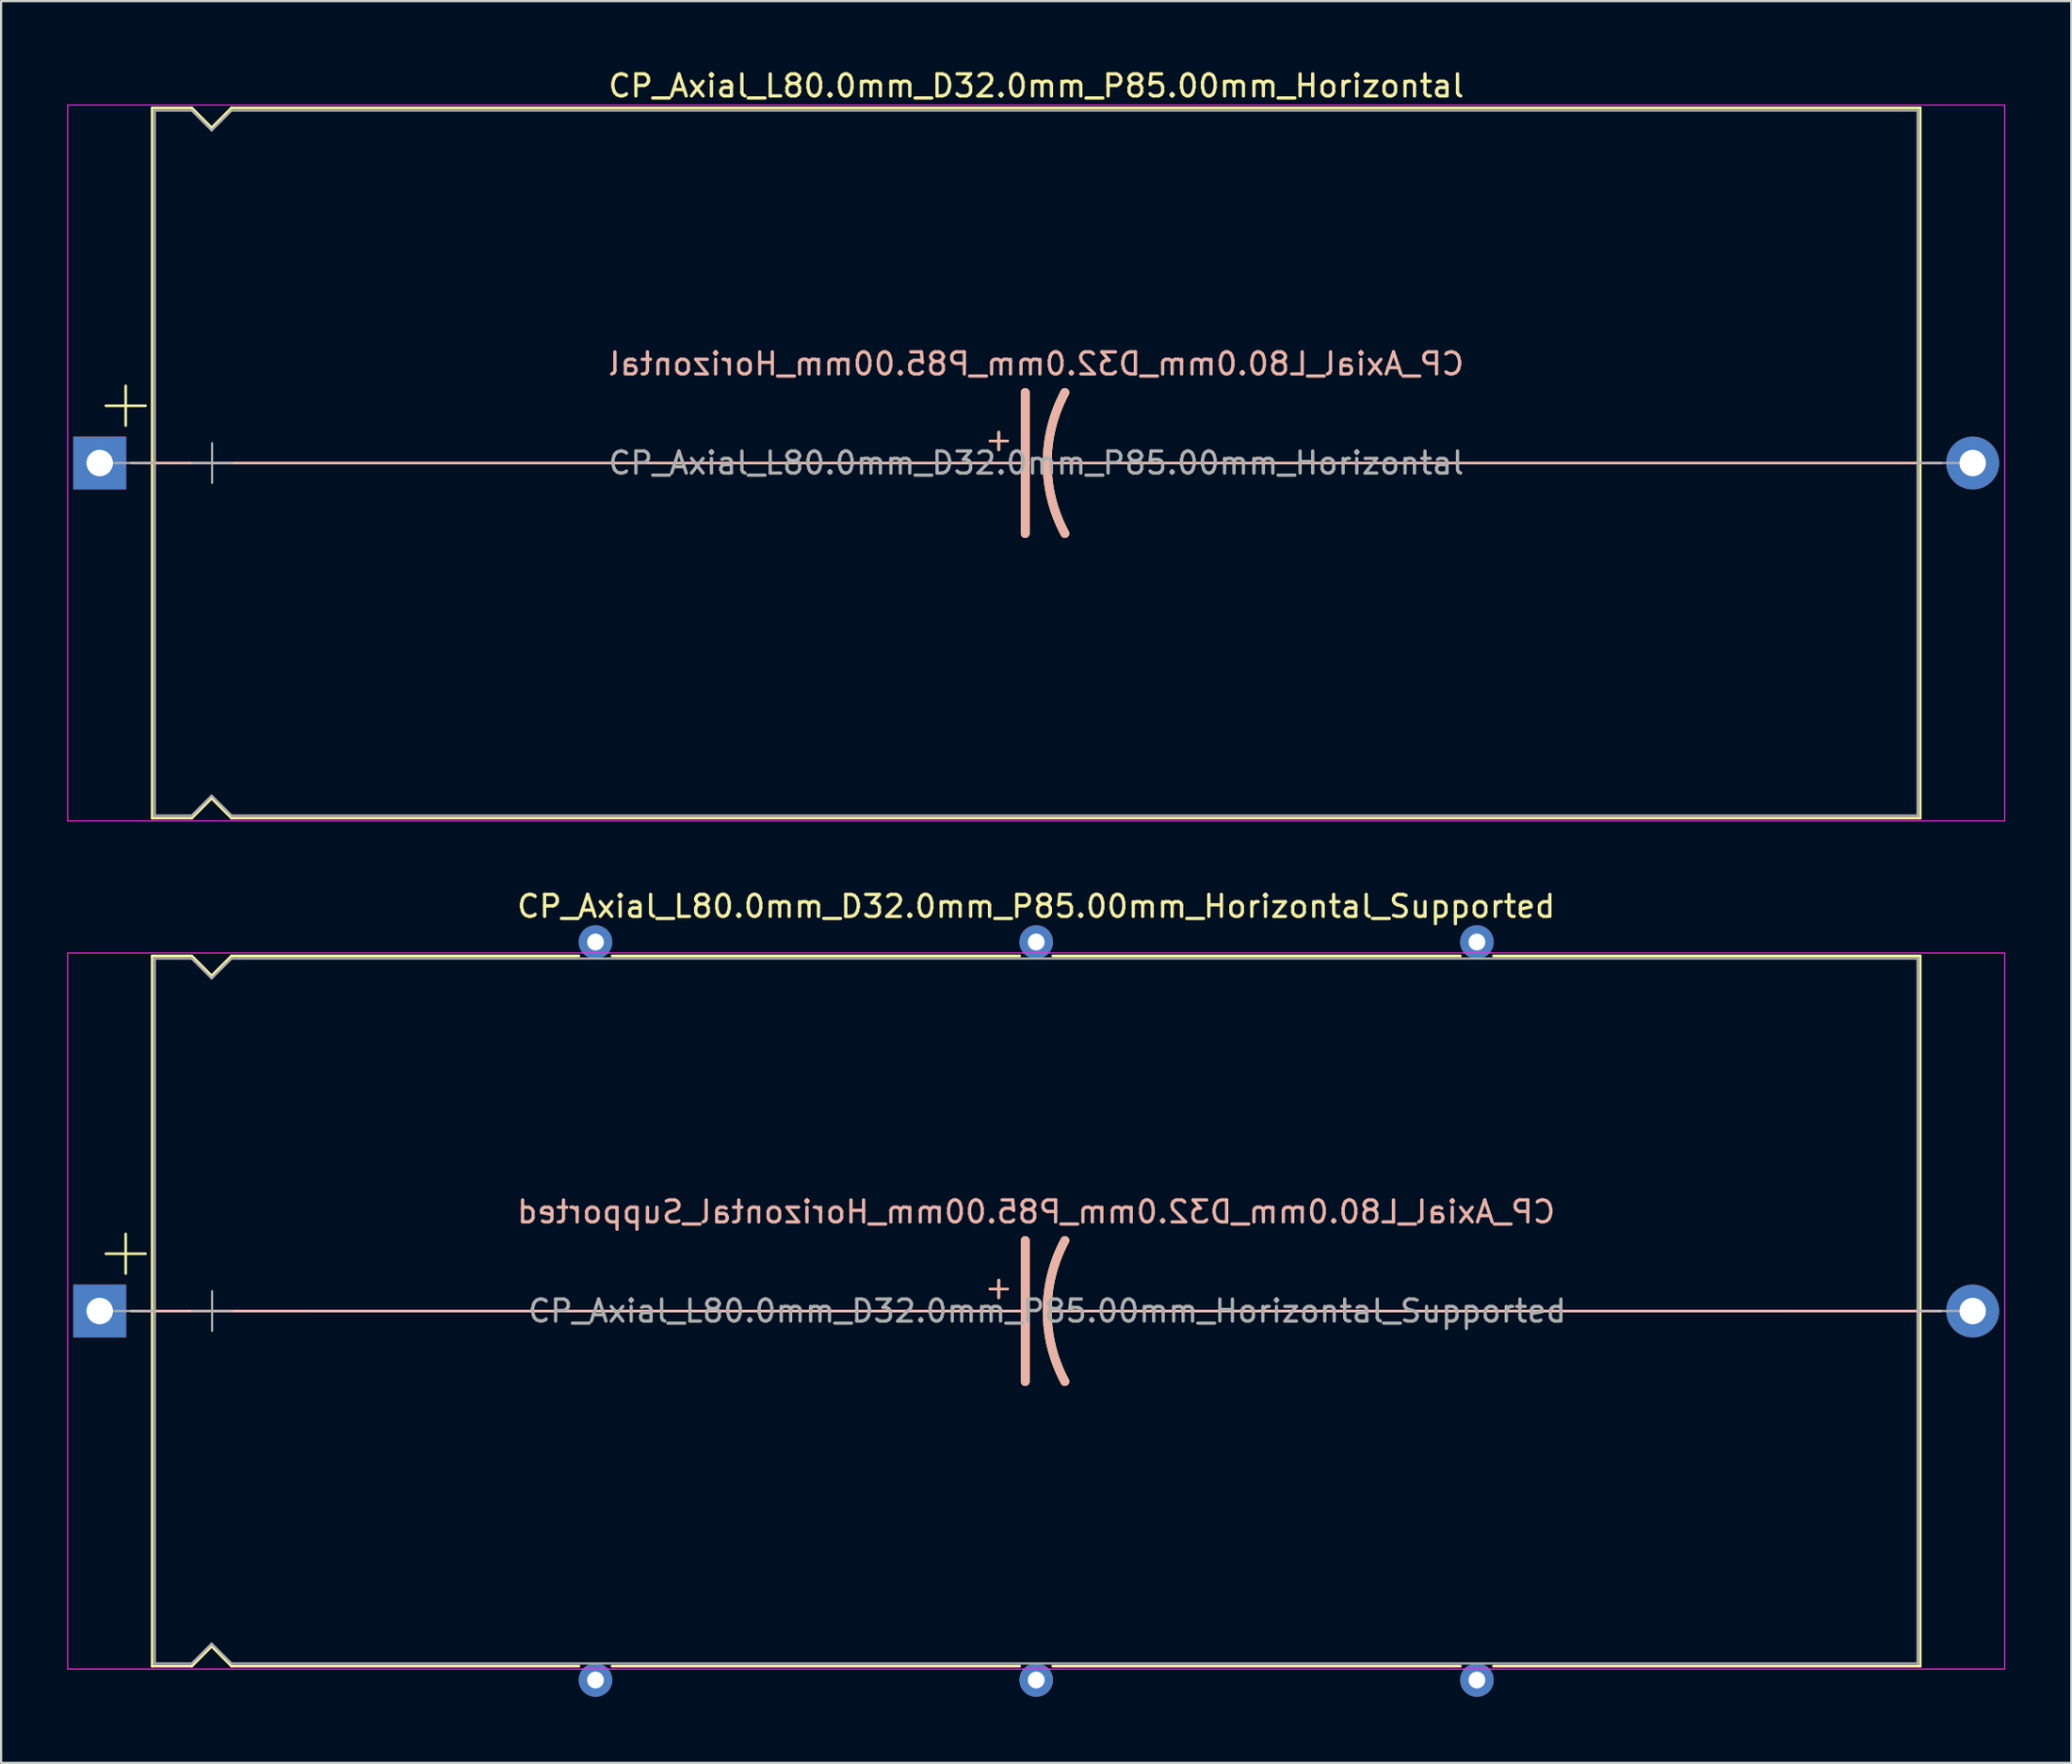
<source format=kicad_pcb>
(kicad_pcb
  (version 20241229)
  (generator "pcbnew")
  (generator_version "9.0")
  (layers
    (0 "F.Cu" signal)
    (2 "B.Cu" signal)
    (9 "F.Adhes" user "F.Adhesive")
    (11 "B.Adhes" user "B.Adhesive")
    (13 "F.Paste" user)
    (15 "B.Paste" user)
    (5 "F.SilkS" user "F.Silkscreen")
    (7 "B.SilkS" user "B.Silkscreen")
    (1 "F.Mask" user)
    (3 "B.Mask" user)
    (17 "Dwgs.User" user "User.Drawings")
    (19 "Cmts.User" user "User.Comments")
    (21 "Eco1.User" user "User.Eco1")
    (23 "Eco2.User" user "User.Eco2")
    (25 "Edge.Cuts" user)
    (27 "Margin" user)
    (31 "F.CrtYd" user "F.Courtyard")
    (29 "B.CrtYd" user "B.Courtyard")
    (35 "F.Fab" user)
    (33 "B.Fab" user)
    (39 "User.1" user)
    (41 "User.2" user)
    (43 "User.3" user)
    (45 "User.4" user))
  (footprint "CP_Axial_L80.0mm_D32.0mm_P85.00mm_Horizontal"
    (layer "F.Cu")
    (at 1.475 17.968)
    (property "Reference" "CP_Axial_L80.0mm_D32.0mm_P85.00mm_Horizontal" (at 42.5 -17.12 0) (layer "F.SilkS") (effects (font (size 1 1) (thickness 0.15))))
    (fp_line (start 0.28 -2.6) (end 2.08 -2.6) (stroke (width 0.12) (type solid)) (layer "F.SilkS"))
    (fp_line (start 1.18 -3.5) (end 1.18 -1.7) (stroke (width 0.12) (type solid)) (layer "F.SilkS"))
    (fp_line (start 1.44 0) (end 2.38 0) (stroke (width 0.12) (type solid)) (layer "F.SilkS"))
    (fp_line (start 2.38 -16.12) (end 2.38 16.12) (stroke (width 0.12) (type solid)) (layer "F.SilkS"))
    (fp_line (start 2.38 -16.12) (end 4.18 -16.12) (stroke (width 0.12) (type solid)) (layer "F.SilkS"))
    (fp_line (start 2.38 0) (end 42 0) (stroke (width 0.12) (type solid)) (layer "F.SilkS"))
    (fp_line (start 2.38 16.12) (end 4.18 16.12) (stroke (width 0.12) (type solid)) (layer "F.SilkS"))
    (fp_line (start 4.18 -16.12) (end 5.08 -15.22) (stroke (width 0.12) (type solid)) (layer "F.SilkS"))
    (fp_line (start 4.18 16.12) (end 5.08 15.22) (stroke (width 0.12) (type solid)) (layer "F.SilkS"))
    (fp_line (start 5.08 -15.22) (end 5.98 -16.12) (stroke (width 0.12) (type solid)) (layer "F.SilkS"))
    (fp_line (start 5.08 15.22) (end 5.98 16.12) (stroke (width 0.12) (type solid)) (layer "F.SilkS"))
    (fp_line (start 5.98 -16.12) (end 82.62 -16.12) (stroke (width 0.12) (type solid)) (layer "F.SilkS"))
    (fp_line (start 5.98 16.12) (end 82.62 16.12) (stroke (width 0.12) (type solid)) (layer "F.SilkS"))
    (fp_line (start 40.4 -1) (end 41.2 -1) (stroke (width 0.12) (type solid)) (layer "F.SilkS"))
    (fp_line (start 40.8 -1.4) (end 40.8 -0.6) (stroke (width 0.12) (type solid)) (layer "F.SilkS"))
    (fp_line (start 42 0) (end 42 -3.2) (stroke (width 0.4) (type solid)) (layer "F.SilkS"))
    (fp_line (start 42 0) (end 42 3.2) (stroke (width 0.4) (type solid)) (layer "F.SilkS"))
    (fp_line (start 82.62 -16.12) (end 82.62 16.12) (stroke (width 0.12) (type solid)) (layer "F.SilkS"))
    (fp_line (start 82.62 0) (end 43 0) (stroke (width 0.12) (type solid)) (layer "F.SilkS"))
    (fp_line (start 83.56 0) (end 82.62 0) (stroke (width 0.12) (type solid)) (layer "F.SilkS"))
    (fp_arc (start 43 0) (mid 43.203545 -1.649114) (end 43.8 -3.2) (stroke (width 0.4) (type solid)) (layer "F.SilkS"))
    (fp_arc (start 43.8 3.2) (mid 43.200704 1.649824) (end 43 0) (stroke (width 0.4) (type solid)) (layer "F.SilkS"))
    (fp_line (start 1.5 0) (end 8.88 0) (stroke (width 0.12) (type solid)) (layer "B.SilkS"))
    (fp_line (start 2.38 0) (end 42 0) (stroke (width 0.12) (type solid)) (layer "B.SilkS"))
    (fp_line (start 40.4 -1) (end 41.2 -1) (stroke (width 0.12) (type solid)) (layer "B.SilkS"))
    (fp_line (start 40.8 -0.6) (end 40.8 -1.4) (stroke (width 0.12) (type solid)) (layer "B.SilkS"))
    (fp_line (start 42 0) (end 42 -3.2) (stroke (width 0.4) (type solid)) (layer "B.SilkS"))
    (fp_line (start 42 0) (end 42 3.2) (stroke (width 0.4) (type solid)) (layer "B.SilkS"))
    (fp_line (start 82.62 0) (end 43 0) (stroke (width 0.12) (type solid)) (layer "B.SilkS"))
    (fp_line (start 83.5 0) (end 76.12 0) (stroke (width 0.12) (type solid)) (layer "B.SilkS"))
    (fp_arc (start 43 0) (mid 43.200703 -1.649824) (end 43.8 -3.2) (stroke (width 0.4) (type solid)) (layer "B.SilkS"))
    (fp_arc (start 43.8 3.2) (mid 43.203544 1.649114) (end 43 0) (stroke (width 0.4) (type solid)) (layer "B.SilkS"))
    (fp_line (start -1.45 -16.25) (end -1.45 16.25) (stroke (width 0.05) (type solid)) (layer "F.CrtYd"))
    (fp_line (start -1.45 16.25) (end 86.45 16.25) (stroke (width 0.05) (type solid)) (layer "F.CrtYd"))
    (fp_line (start 86.45 -16.25) (end -1.45 -16.25) (stroke (width 0.05) (type solid)) (layer "F.CrtYd"))
    (fp_line (start 86.45 16.25) (end 86.45 -16.25) (stroke (width 0.05) (type solid)) (layer "F.CrtYd"))
    (fp_line (start 0 0) (end 2.5 0) (stroke (width 0.1) (type solid)) (layer "F.Fab"))
    (fp_line (start 2.5 -16) (end 2.5 16) (stroke (width 0.1) (type solid)) (layer "F.Fab"))
    (fp_line (start 2.5 -16) (end 4.18 -16) (stroke (width 0.1) (type solid)) (layer "F.Fab"))
    (fp_line (start 2.5 16) (end 4.18 16) (stroke (width 0.1) (type solid)) (layer "F.Fab"))
    (fp_line (start 4.18 -16) (end 5.08 -15.1) (stroke (width 0.1) (type solid)) (layer "F.Fab"))
    (fp_line (start 4.18 16) (end 5.08 15.1) (stroke (width 0.1) (type solid)) (layer "F.Fab"))
    (fp_line (start 4.2 0) (end 6 0) (stroke (width 0.1) (type solid)) (layer "F.Fab"))
    (fp_line (start 5.08 -15.1) (end 5.98 -16) (stroke (width 0.1) (type solid)) (layer "F.Fab"))
    (fp_line (start 5.08 15.1) (end 5.98 16) (stroke (width 0.1) (type solid)) (layer "F.Fab"))
    (fp_line (start 5.1 -0.9) (end 5.1 0.9) (stroke (width 0.1) (type solid)) (layer "F.Fab"))
    (fp_line (start 5.98 -16) (end 82.5 -16) (stroke (width 0.1) (type solid)) (layer "F.Fab"))
    (fp_line (start 5.98 16) (end 82.5 16) (stroke (width 0.1) (type solid)) (layer "F.Fab"))
    (fp_line (start 82.5 -16) (end 82.5 16) (stroke (width 0.1) (type solid)) (layer "F.Fab"))
    (fp_line (start 85 0) (end 82.5 0) (stroke (width 0.1) (type solid)) (layer "F.Fab"))
    (fp_text user "${REFERENCE}" (at 42.5 -4.5 0) (layer "B.SilkS") (effects (font (size 1 1) (thickness 0.15)) (justify mirror)))
    (fp_text user "${REFERENCE}" (at 42.5 0 0) (layer "F.Fab") (effects (font (size 1 1) (thickness 0.15))))
    (pad "1" thru_hole rect (at 0 0) (size 2.4 2.4) (drill 1.2) (layers "*.Cu" "*.Mask"))
    (pad "2" thru_hole oval (at 85 0) (size 2.4 2.4) (drill 1.2) (layers "*.Cu" "*.Mask")))
  (footprint "CP_Axial_L80.0mm_D32.0mm_P85.00mm_Horizontal_Supported"
    (layer "F.Cu")
    (at 1.475 56.462)
    (property "Reference" "CP_Axial_L80.0mm_D32.0mm_P85.00mm_Horizontal_Supported" (at 42.5 -18.37 0) (layer "F.SilkS") (effects (font (size 1 1) (thickness 0.15))))
    (fp_line (start 0.28 -2.6) (end 2.08 -2.6) (stroke (width 0.12) (type solid)) (layer "F.SilkS"))
    (fp_line (start 1.18 -3.5) (end 1.18 -1.7) (stroke (width 0.12) (type solid)) (layer "F.SilkS"))
    (fp_line (start 1.44 0) (end 2.38 0) (stroke (width 0.12) (type solid)) (layer "F.SilkS"))
    (fp_line (start 2.38 -16.12) (end 2.38 16.12) (stroke (width 0.12) (type solid)) (layer "F.SilkS"))
    (fp_line (start 2.38 -16.12) (end 4.18 -16.12) (stroke (width 0.12) (type solid)) (layer "F.SilkS"))
    (fp_line (start 2.38 0) (end 42 0) (stroke (width 0.12) (type solid)) (layer "F.SilkS"))
    (fp_line (start 2.38 16.12) (end 4.18 16.12) (stroke (width 0.12) (type solid)) (layer "F.SilkS"))
    (fp_line (start 4.18 -16.12) (end 5.08 -15.22) (stroke (width 0.12) (type solid)) (layer "F.SilkS"))
    (fp_line (start 4.18 16.12) (end 5.08 15.22) (stroke (width 0.12) (type solid)) (layer "F.SilkS"))
    (fp_line (start 5.08 -15.22) (end 5.98 -16.12) (stroke (width 0.12) (type solid)) (layer "F.SilkS"))
    (fp_line (start 5.08 15.22) (end 5.98 16.12) (stroke (width 0.12) (type solid)) (layer "F.SilkS"))
    (fp_line (start 5.98 -16.12) (end 21.75 -16.12) (stroke (width 0.12) (type solid)) (layer "F.SilkS"))
    (fp_line (start 5.98 16.12) (end 21.75 16.12) (stroke (width 0.12) (type solid)) (layer "F.SilkS"))
    (fp_line (start 23.25 -16.12) (end 41.75 -16.12) (stroke (width 0.12) (type solid)) (layer "F.SilkS"))
    (fp_line (start 23.25 16.12) (end 41.75 16.12) (stroke (width 0.12) (type solid)) (layer "F.SilkS"))
    (fp_line (start 40.4 -1) (end 41.2 -1) (stroke (width 0.12) (type solid)) (layer "F.SilkS"))
    (fp_line (start 40.8 -1.4) (end 40.8 -0.6) (stroke (width 0.12) (type solid)) (layer "F.SilkS"))
    (fp_line (start 42 0) (end 42 -3.2) (stroke (width 0.4) (type solid)) (layer "F.SilkS"))
    (fp_line (start 42 0) (end 42 3.2) (stroke (width 0.4) (type solid)) (layer "F.SilkS"))
    (fp_line (start 43.25 -16.12) (end 61.75 -16.12) (stroke (width 0.12) (type solid)) (layer "F.SilkS"))
    (fp_line (start 43.25 16.12) (end 61.75 16.12) (stroke (width 0.12) (type solid)) (layer "F.SilkS"))
    (fp_line (start 63.25 -16.12) (end 82.62 -16.12) (stroke (width 0.12) (type solid)) (layer "F.SilkS"))
    (fp_line (start 63.25 16.12) (end 82.62 16.12) (stroke (width 0.12) (type solid)) (layer "F.SilkS"))
    (fp_line (start 82.62 -16.12) (end 82.62 16.12) (stroke (width 0.12) (type solid)) (layer "F.SilkS"))
    (fp_line (start 82.62 0) (end 43 0) (stroke (width 0.12) (type solid)) (layer "F.SilkS"))
    (fp_line (start 83.56 0) (end 82.62 0) (stroke (width 0.12) (type solid)) (layer "F.SilkS"))
    (fp_arc (start 43 0) (mid 43.203545 -1.649114) (end 43.8 -3.2) (stroke (width 0.4) (type solid)) (layer "F.SilkS"))
    (fp_arc (start 43.8 3.2) (mid 43.200704 1.649824) (end 43 0) (stroke (width 0.4) (type solid)) (layer "F.SilkS"))
    (fp_line (start 1.5 0) (end 9.38 0) (stroke (width 0.12) (type solid)) (layer "B.SilkS"))
    (fp_line (start 2.38 0) (end 42 0) (stroke (width 0.12) (type solid)) (layer "B.SilkS"))
    (fp_line (start 40.4 -1) (end 41.2 -1) (stroke (width 0.12) (type solid)) (layer "B.SilkS"))
    (fp_line (start 40.8 -0.6) (end 40.8 -1.4) (stroke (width 0.12) (type solid)) (layer "B.SilkS"))
    (fp_line (start 42 0) (end 42 -3.2) (stroke (width 0.4) (type solid)) (layer "B.SilkS"))
    (fp_line (start 42 0) (end 42 3.2) (stroke (width 0.4) (type solid)) (layer "B.SilkS"))
    (fp_line (start 82.62 0) (end 43 0) (stroke (width 0.12) (type solid)) (layer "B.SilkS"))
    (fp_line (start 83.5 0) (end 76.62 0) (stroke (width 0.12) (type solid)) (layer "B.SilkS"))
    (fp_arc (start 43 0) (mid 43.200703 -1.649824) (end 43.8 -3.2) (stroke (width 0.4) (type solid)) (layer "B.SilkS"))
    (fp_arc (start 43.8 3.2) (mid 43.203544 1.649114) (end 43 0) (stroke (width 0.4) (type solid)) (layer "B.SilkS"))
    (fp_line (start -1.45 -16.25) (end -1.45 16.25) (stroke (width 0.05) (type solid)) (layer "F.CrtYd"))
    (fp_line (start -1.45 16.25) (end 86.45 16.25) (stroke (width 0.05) (type solid)) (layer "F.CrtYd"))
    (fp_line (start 86.45 -16.25) (end -1.45 -16.25) (stroke (width 0.05) (type solid)) (layer "F.CrtYd"))
    (fp_line (start 86.45 16.25) (end 86.45 -16.25) (stroke (width 0.05) (type solid)) (layer "F.CrtYd"))
    (fp_line (start 0 0) (end 2.5 0) (stroke (width 0.1) (type solid)) (layer "F.Fab"))
    (fp_line (start 2.5 -16) (end 2.5 16) (stroke (width 0.1) (type solid)) (layer "F.Fab"))
    (fp_line (start 2.5 -16) (end 4.18 -16) (stroke (width 0.1) (type solid)) (layer "F.Fab"))
    (fp_line (start 2.5 16) (end 4.18 16) (stroke (width 0.1) (type solid)) (layer "F.Fab"))
    (fp_line (start 4.18 -16) (end 5.08 -15.1) (stroke (width 0.1) (type solid)) (layer "F.Fab"))
    (fp_line (start 4.18 16) (end 5.08 15.1) (stroke (width 0.1) (type solid)) (layer "F.Fab"))
    (fp_line (start 4.2 0) (end 6 0) (stroke (width 0.1) (type solid)) (layer "F.Fab"))
    (fp_line (start 5.08 -15.1) (end 5.98 -16) (stroke (width 0.1) (type solid)) (layer "F.Fab"))
    (fp_line (start 5.08 15.1) (end 5.98 16) (stroke (width 0.1) (type solid)) (layer "F.Fab"))
    (fp_line (start 5.1 -0.9) (end 5.1 0.9) (stroke (width 0.1) (type solid)) (layer "F.Fab"))
    (fp_line (start 5.98 -16) (end 82.5 -16) (stroke (width 0.1) (type solid)) (layer "F.Fab"))
    (fp_line (start 5.98 16) (end 82.5 16) (stroke (width 0.1) (type solid)) (layer "F.Fab"))
    (fp_line (start 82.5 -16) (end 82.5 16) (stroke (width 0.1) (type solid)) (layer "F.Fab"))
    (fp_line (start 85 0) (end 82.5 0) (stroke (width 0.1) (type solid)) (layer "F.Fab"))
    (fp_text user "${REFERENCE}" (at 42.5 -4.5 0) (layer "B.SilkS") (effects (font (size 1 1) (thickness 0.15)) (justify mirror)))
    (fp_text user "${REFERENCE}" (at 43 0 0) (layer "F.Fab") (effects (font (size 1 1) (thickness 0.15))))
    (pad "" thru_hole circle (at 22.5 -16.75) (size 1.524 1.524) (drill 0.762) (layers "*.Cu" "*.Mask"))
    (pad "" thru_hole circle (at 22.5 16.75) (size 1.524 1.524) (drill 0.762) (layers "*.Cu" "*.Mask"))
    (pad "" thru_hole circle (at 42.5 -16.75) (size 1.524 1.524) (drill 0.762) (layers "*.Cu" "*.Mask"))
    (pad "" thru_hole circle (at 42.5 16.75) (size 1.524 1.524) (drill 0.762) (layers "*.Cu" "*.Mask"))
    (pad "" thru_hole circle (at 62.5 -16.75) (size 1.524 1.524) (drill 0.762) (layers "*.Cu" "*.Mask"))
    (pad "" thru_hole circle (at 62.5 16.75) (size 1.524 1.524) (drill 0.762) (layers "*.Cu" "*.Mask"))
    (pad "1" thru_hole rect (at 0 0) (size 2.4 2.4) (drill 1.2) (layers "*.Cu" "*.Mask"))
    (pad "2" thru_hole oval (at 85 0) (size 2.4 2.4) (drill 1.2) (layers "*.Cu" "*.Mask")))
  (gr_rect
    (start -3 -3)
    (end 90.95 76.974)
    (stroke (width 0.1) (type default))
    (fill no)
    (layer "Edge.Cuts")))
</source>
